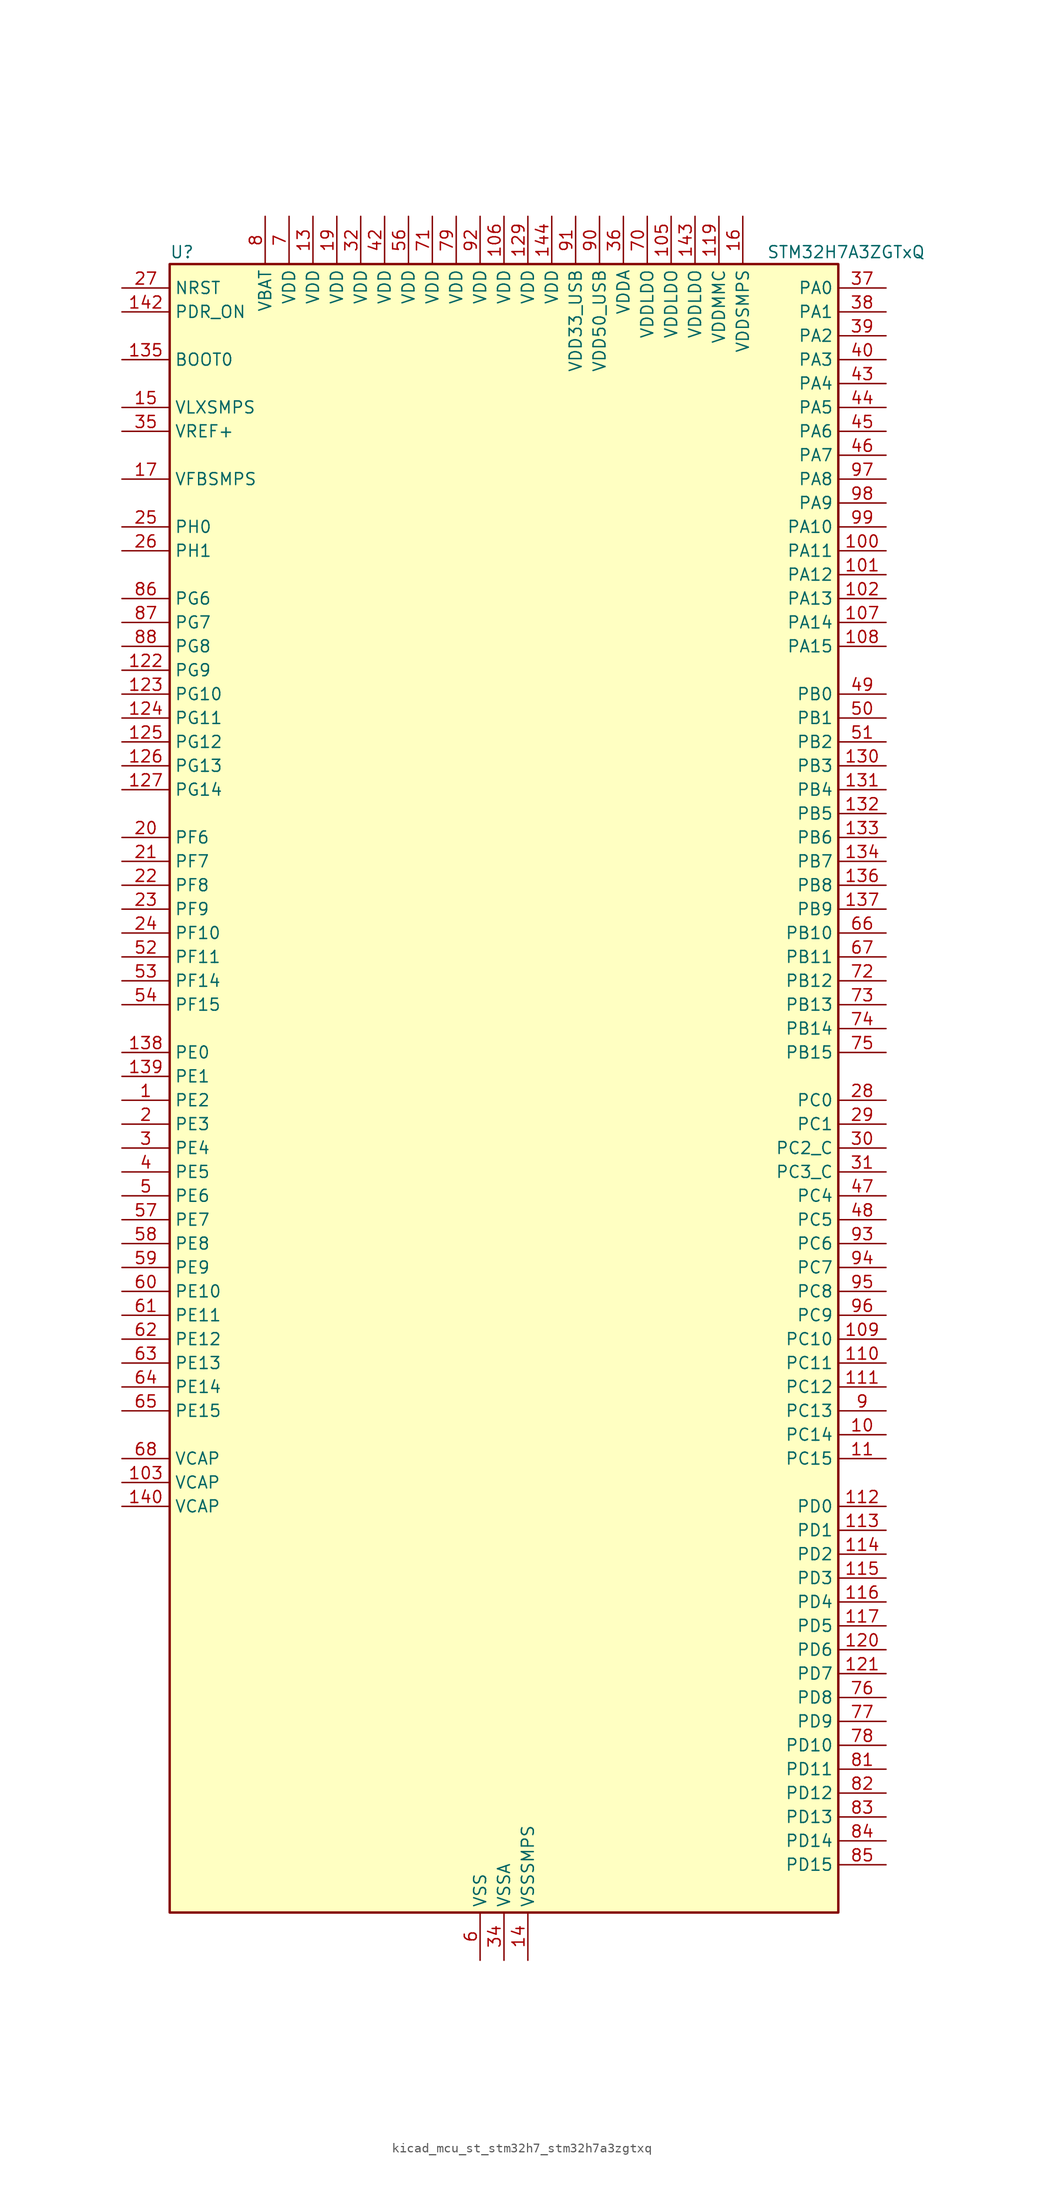
<source format=kicad_sym>
(kicad_symbol_lib
  (version 20220914)
  (generator kicad_symbol_editor)
  (symbol "kicad_mcu_st_stm32h7_stm32h7a3zgtxq"
    (property "Reference" "U"
      (at -35.56 90.17 0)
      (effects (font (size 1.27 1.27)) (justify left)))
    (property "Value" "STM32H7A3ZGTxQ"
      (at 27.94 90.17 0)
      (effects (font (size 1.27 1.27)) (justify left)))
    (property "ki_locked" ""
      (at 0 0 0)
      (effects (font (size 1.27 1.27))))
    (symbol "kicad_mcu_st_stm32h7_stm32h7a3zgtxq_0_1"
      (rectangle (start -35.56 -86.36) (end 35.56 88.9) (stroke (width 0.254) (type default)) (fill (type background))))
    (symbol "kicad_mcu_st_stm32h7_stm32h7a3zgtxq_1_1"
      (pin bidirectional line (at -40.64 0 0) (length 5.08) (name "PE2" (effects (font (size 1.27 1.27)))) (number "1" (effects (font (size 1.27 1.27)))) (alternate "DEBUG_TRACECLK" bidirectional line) (alternate "FMC_A23" bidirectional line) (alternate "OCTOSPIM_P1_IO2" bidirectional line) (alternate "SAI1_CK1" bidirectional line) (alternate "SAI1_MCLK_A" bidirectional line) (alternate "SPI4_SCK" bidirectional line) (alternate "USART10_RX" bidirectional line))
      (pin bidirectional line (at 40.64 -35.56 180) (length 5.08) (name "PC14" (effects (font (size 1.27 1.27)))) (number "10" (effects (font (size 1.27 1.27)))) (alternate "RCC_OSC32_IN" bidirectional line))
      (pin bidirectional line (at 40.64 58.42 180) (length 5.08) (name "PA11" (effects (font (size 1.27 1.27)))) (number "100" (effects (font (size 1.27 1.27)))) (alternate "ADC1_EXTI11" bidirectional line) (alternate "ADC2_EXTI11" bidirectional line) (alternate "FDCAN1_RX" bidirectional line) (alternate "I2S2_WS" bidirectional line) (alternate "LPUART1_CTS" bidirectional line) (alternate "LTDC_R4" bidirectional line) (alternate "SPI2_NSS" bidirectional line) (alternate "TIM1_CH4" bidirectional line) (alternate "UART4_RX" bidirectional line) (alternate "USART1_CTS" bidirectional line) (alternate "USART1_NSS" bidirectional line) (alternate "USB_OTG_HS_DM" bidirectional line))
      (pin bidirectional line (at 40.64 55.88 180) (length 5.08) (name "PA12" (effects (font (size 1.27 1.27)))) (number "101" (effects (font (size 1.27 1.27)))) (alternate "FDCAN1_TX" bidirectional line) (alternate "I2S2_CK" bidirectional line) (alternate "LPUART1_DE" bidirectional line) (alternate "LPUART1_RTS" bidirectional line) (alternate "LTDC_R5" bidirectional line) (alternate "SAI2_FS_B" bidirectional line) (alternate "SPI2_SCK" bidirectional line) (alternate "TIM1_ETR" bidirectional line) (alternate "UART4_TX" bidirectional line) (alternate "USART1_DE" bidirectional line) (alternate "USART1_RTS" bidirectional line) (alternate "USB_OTG_HS_DP" bidirectional line))
      (pin bidirectional line (at 40.64 53.34 180) (length 5.08) (name "PA13" (effects (font (size 1.27 1.27)))) (number "102" (effects (font (size 1.27 1.27)))) (alternate "DEBUG_JTMS-SWDIO" bidirectional line))
      (pin power_out line (at -40.64 -40.64 0) (length 5.08) (name "VCAP" (effects (font (size 1.27 1.27)))) (number "103" (effects (font (size 1.27 1.27)))))
      (pin passive line (at -2.54 -91.44 90) (length 5.08) hide (name "VSS" (effects (font (size 1.27 1.27)))) (number "104" (effects (font (size 1.27 1.27)))))
      (pin power_in line (at 17.78 93.98 270) (length 5.08) (name "VDDLDO" (effects (font (size 1.27 1.27)))) (number "105" (effects (font (size 1.27 1.27)))))
      (pin power_in line (at 0 93.98 270) (length 5.08) (name "VDD" (effects (font (size 1.27 1.27)))) (number "106" (effects (font (size 1.27 1.27)))))
      (pin bidirectional line (at 40.64 50.8 180) (length 5.08) (name "PA14" (effects (font (size 1.27 1.27)))) (number "107" (effects (font (size 1.27 1.27)))) (alternate "DEBUG_JTCK-SWCLK" bidirectional line))
      (pin bidirectional line (at 40.64 48.26 180) (length 5.08) (name "PA15" (effects (font (size 1.27 1.27)))) (number "108" (effects (font (size 1.27 1.27)))) (alternate "ADC1_EXTI15" bidirectional line) (alternate "ADC2_EXTI15" bidirectional line) (alternate "CEC" bidirectional line) (alternate "DEBUG_JTDI" bidirectional line) (alternate "I2S1_WS" bidirectional line) (alternate "I2S3_WS" bidirectional line) (alternate "I2S6_WS" bidirectional line) (alternate "LTDC_B6" bidirectional line) (alternate "LTDC_R3" bidirectional line) (alternate "SPI1_NSS" bidirectional line) (alternate "SPI3_NSS" bidirectional line) (alternate "SPI6_NSS" bidirectional line) (alternate "TIM2_CH1" bidirectional line) (alternate "TIM2_ETR" bidirectional line) (alternate "UART4_DE" bidirectional line) (alternate "UART4_RTS" bidirectional line) (alternate "UART7_TX" bidirectional line))
      (pin bidirectional line (at 40.64 -25.4 180) (length 5.08) (name "PC10" (effects (font (size 1.27 1.27)))) (number "109" (effects (font (size 1.27 1.27)))) (alternate "DCMI_D8" bidirectional line) (alternate "DFSDM1_CKIN5" bidirectional line) (alternate "DFSDM2_CKIN0" bidirectional line) (alternate "I2S3_CK" bidirectional line) (alternate "LTDC_B1" bidirectional line) (alternate "LTDC_R2" bidirectional line) (alternate "OCTOSPIM_P1_IO1" bidirectional line) (alternate "PSSI_D8" bidirectional line) (alternate "SDMMC1_D2" bidirectional line) (alternate "SPI3_SCK" bidirectional line) (alternate "SWPMI1_RX" bidirectional line) (alternate "UART4_TX" bidirectional line) (alternate "USART3_TX" bidirectional line))
      (pin bidirectional line (at 40.64 -38.1 180) (length 5.08) (name "PC15" (effects (font (size 1.27 1.27)))) (number "11" (effects (font (size 1.27 1.27)))) (alternate "ADC1_EXTI15" bidirectional line) (alternate "ADC2_EXTI15" bidirectional line) (alternate "RCC_OSC32_OUT" bidirectional line))
      (pin bidirectional line (at 40.64 -27.94 180) (length 5.08) (name "PC11" (effects (font (size 1.27 1.27)))) (number "110" (effects (font (size 1.27 1.27)))) (alternate "ADC1_EXTI11" bidirectional line) (alternate "ADC2_EXTI11" bidirectional line) (alternate "DCMI_D4" bidirectional line) (alternate "DFSDM1_DATIN5" bidirectional line) (alternate "DFSDM2_DATIN0" bidirectional line) (alternate "I2S3_SDI" bidirectional line) (alternate "LTDC_B4" bidirectional line) (alternate "OCTOSPIM_P1_NCS" bidirectional line) (alternate "PSSI_D4" bidirectional line) (alternate "SDMMC1_D3" bidirectional line) (alternate "SPI3_MISO" bidirectional line) (alternate "UART4_RX" bidirectional line) (alternate "USART3_RX" bidirectional line))
      (pin bidirectional line (at 40.64 -30.48 180) (length 5.08) (name "PC12" (effects (font (size 1.27 1.27)))) (number "111" (effects (font (size 1.27 1.27)))) (alternate "DCMI_D9" bidirectional line) (alternate "DEBUG_TRACED3" bidirectional line) (alternate "DFSDM2_CKOUT" bidirectional line) (alternate "I2S3_SDO" bidirectional line) (alternate "I2S6_CK" bidirectional line) (alternate "LTDC_R6" bidirectional line) (alternate "PSSI_D9" bidirectional line) (alternate "SDMMC1_CK" bidirectional line) (alternate "SPI3_MOSI" bidirectional line) (alternate "SPI6_SCK" bidirectional line) (alternate "TIM15_CH1" bidirectional line) (alternate "UART5_TX" bidirectional line) (alternate "USART3_CK" bidirectional line))
      (pin bidirectional line (at 40.64 -43.18 180) (length 5.08) (name "PD0" (effects (font (size 1.27 1.27)))) (number "112" (effects (font (size 1.27 1.27)))) (alternate "DFSDM1_CKIN6" bidirectional line) (alternate "FDCAN1_RX" bidirectional line) (alternate "FMC_D2" bidirectional line) (alternate "FMC_DA2" bidirectional line) (alternate "LTDC_B1" bidirectional line) (alternate "UART4_RX" bidirectional line) (alternate "UART9_CTS" bidirectional line))
      (pin bidirectional line (at 40.64 -45.72 180) (length 5.08) (name "PD1" (effects (font (size 1.27 1.27)))) (number "113" (effects (font (size 1.27 1.27)))) (alternate "DFSDM1_DATIN6" bidirectional line) (alternate "FDCAN1_TX" bidirectional line) (alternate "FMC_D3" bidirectional line) (alternate "FMC_DA3" bidirectional line) (alternate "UART4_TX" bidirectional line))
      (pin bidirectional line (at 40.64 -48.26 180) (length 5.08) (name "PD2" (effects (font (size 1.27 1.27)))) (number "114" (effects (font (size 1.27 1.27)))) (alternate "DCMI_D11" bidirectional line) (alternate "DEBUG_TRACED2" bidirectional line) (alternate "LTDC_B2" bidirectional line) (alternate "LTDC_B7" bidirectional line) (alternate "PSSI_D11" bidirectional line) (alternate "SDMMC1_CMD" bidirectional line) (alternate "TIM15_BKIN" bidirectional line) (alternate "TIM3_ETR" bidirectional line) (alternate "UART5_RX" bidirectional line))
      (pin bidirectional line (at 40.64 -50.8 180) (length 5.08) (name "PD3" (effects (font (size 1.27 1.27)))) (number "115" (effects (font (size 1.27 1.27)))) (alternate "DCMI_D5" bidirectional line) (alternate "DFSDM1_CKOUT" bidirectional line) (alternate "FMC_CLK" bidirectional line) (alternate "I2S2_CK" bidirectional line) (alternate "LTDC_G7" bidirectional line) (alternate "PSSI_D5" bidirectional line) (alternate "SPI2_SCK" bidirectional line) (alternate "USART2_CTS" bidirectional line) (alternate "USART2_NSS" bidirectional line))
      (pin bidirectional line (at 40.64 -53.34 180) (length 5.08) (name "PD4" (effects (font (size 1.27 1.27)))) (number "116" (effects (font (size 1.27 1.27)))) (alternate "FMC_NOE" bidirectional line) (alternate "OCTOSPIM_P1_IO4" bidirectional line) (alternate "USART2_DE" bidirectional line) (alternate "USART2_RTS" bidirectional line))
      (pin bidirectional line (at 40.64 -55.88 180) (length 5.08) (name "PD5" (effects (font (size 1.27 1.27)))) (number "117" (effects (font (size 1.27 1.27)))) (alternate "FMC_NWE" bidirectional line) (alternate "OCTOSPIM_P1_IO5" bidirectional line) (alternate "USART2_TX" bidirectional line))
      (pin passive line (at -2.54 -91.44 90) (length 5.08) hide (name "VSS" (effects (font (size 1.27 1.27)))) (number "118" (effects (font (size 1.27 1.27)))))
      (pin power_in line (at 22.86 93.98 270) (length 5.08) (name "VDDMMC" (effects (font (size 1.27 1.27)))) (number "119" (effects (font (size 1.27 1.27)))))
      (pin passive line (at -2.54 -91.44 90) (length 5.08) hide (name "VSS" (effects (font (size 1.27 1.27)))) (number "12" (effects (font (size 1.27 1.27)))))
      (pin bidirectional line (at 40.64 -58.42 180) (length 5.08) (name "PD6" (effects (font (size 1.27 1.27)))) (number "120" (effects (font (size 1.27 1.27)))) (alternate "DCMI_D10" bidirectional line) (alternate "DFSDM1_CKIN4" bidirectional line) (alternate "DFSDM1_DATIN1" bidirectional line) (alternate "FMC_NWAIT" bidirectional line) (alternate "I2S3_SDO" bidirectional line) (alternate "LTDC_B2" bidirectional line) (alternate "OCTOSPIM_P1_IO6" bidirectional line) (alternate "PSSI_D10" bidirectional line) (alternate "SAI1_D1" bidirectional line) (alternate "SAI1_SD_A" bidirectional line) (alternate "SDMMC2_CK" bidirectional line) (alternate "SPI3_MOSI" bidirectional line) (alternate "USART2_RX" bidirectional line))
      (pin bidirectional line (at 40.64 -60.96 180) (length 5.08) (name "PD7" (effects (font (size 1.27 1.27)))) (number "121" (effects (font (size 1.27 1.27)))) (alternate "DFSDM1_CKIN1" bidirectional line) (alternate "DFSDM1_DATIN4" bidirectional line) (alternate "FMC_NE1" bidirectional line) (alternate "I2S1_SDO" bidirectional line) (alternate "OCTOSPIM_P1_IO7" bidirectional line) (alternate "SDMMC2_CMD" bidirectional line) (alternate "SPDIFRX_IN0" bidirectional line) (alternate "SPI1_MOSI" bidirectional line) (alternate "USART2_CK" bidirectional line))
      (pin bidirectional line (at -40.64 45.72 0) (length 5.08) (name "PG9" (effects (font (size 1.27 1.27)))) (number "122" (effects (font (size 1.27 1.27)))) (alternate "DAC1_EXTI9" bidirectional line) (alternate "DCMI_VSYNC" bidirectional line) (alternate "FMC_NCE" bidirectional line) (alternate "FMC_NE2" bidirectional line) (alternate "I2S1_SDI" bidirectional line) (alternate "OCTOSPIM_P1_IO6" bidirectional line) (alternate "PSSI_RDY" bidirectional line) (alternate "SAI2_FS_B" bidirectional line) (alternate "SDMMC2_D0" bidirectional line) (alternate "SPDIFRX_IN3" bidirectional line) (alternate "SPI1_MISO" bidirectional line) (alternate "USART6_RX" bidirectional line))
      (pin bidirectional line (at -40.64 43.18 0) (length 5.08) (name "PG10" (effects (font (size 1.27 1.27)))) (number "123" (effects (font (size 1.27 1.27)))) (alternate "DCMI_D2" bidirectional line) (alternate "FMC_NE3" bidirectional line) (alternate "I2S1_WS" bidirectional line) (alternate "LTDC_B2" bidirectional line) (alternate "LTDC_G3" bidirectional line) (alternate "OCTOSPIM_P2_IO6" bidirectional line) (alternate "PSSI_D2" bidirectional line) (alternate "SAI2_SD_B" bidirectional line) (alternate "SDMMC2_D1" bidirectional line) (alternate "SPI1_NSS" bidirectional line))
      (pin bidirectional line (at -40.64 40.64 0) (length 5.08) (name "PG11" (effects (font (size 1.27 1.27)))) (number "124" (effects (font (size 1.27 1.27)))) (alternate "ADC1_EXTI11" bidirectional line) (alternate "ADC2_EXTI11" bidirectional line) (alternate "DCMI_D3" bidirectional line) (alternate "I2S1_CK" bidirectional line) (alternate "LPTIM1_IN2" bidirectional line) (alternate "LTDC_B3" bidirectional line) (alternate "OCTOSPIM_P2_IO7" bidirectional line) (alternate "PSSI_D3" bidirectional line) (alternate "SDMMC2_D2" bidirectional line) (alternate "SPDIFRX_IN0" bidirectional line) (alternate "SPI1_SCK" bidirectional line) (alternate "USART10_RX" bidirectional line))
      (pin bidirectional line (at -40.64 38.1 0) (length 5.08) (name "PG12" (effects (font (size 1.27 1.27)))) (number "125" (effects (font (size 1.27 1.27)))) (alternate "FMC_NE4" bidirectional line) (alternate "I2S6_SDI" bidirectional line) (alternate "LPTIM1_IN1" bidirectional line) (alternate "LTDC_B1" bidirectional line) (alternate "LTDC_B4" bidirectional line) (alternate "OCTOSPIM_P2_NCS" bidirectional line) (alternate "SDMMC2_D3" bidirectional line) (alternate "SPDIFRX_IN1" bidirectional line) (alternate "SPI6_MISO" bidirectional line) (alternate "USART10_TX" bidirectional line) (alternate "USART6_DE" bidirectional line) (alternate "USART6_RTS" bidirectional line))
      (pin bidirectional line (at -40.64 35.56 0) (length 5.08) (name "PG13" (effects (font (size 1.27 1.27)))) (number "126" (effects (font (size 1.27 1.27)))) (alternate "DEBUG_TRACED0" bidirectional line) (alternate "FMC_A24" bidirectional line) (alternate "I2S6_CK" bidirectional line) (alternate "LPTIM1_OUT" bidirectional line) (alternate "LTDC_R0" bidirectional line) (alternate "SDMMC2_D6" bidirectional line) (alternate "SPI6_SCK" bidirectional line) (alternate "USART10_CTS" bidirectional line) (alternate "USART10_NSS" bidirectional line) (alternate "USART6_CTS" bidirectional line) (alternate "USART6_NSS" bidirectional line))
      (pin bidirectional line (at -40.64 33.02 0) (length 5.08) (name "PG14" (effects (font (size 1.27 1.27)))) (number "127" (effects (font (size 1.27 1.27)))) (alternate "DEBUG_TRACED1" bidirectional line) (alternate "FMC_A25" bidirectional line) (alternate "I2S6_SDO" bidirectional line) (alternate "LPTIM1_ETR" bidirectional line) (alternate "LTDC_B0" bidirectional line) (alternate "OCTOSPIM_P1_IO7" bidirectional line) (alternate "SDMMC2_D7" bidirectional line) (alternate "SPI6_MOSI" bidirectional line) (alternate "USART10_DE" bidirectional line) (alternate "USART10_RTS" bidirectional line) (alternate "USART6_TX" bidirectional line))
      (pin passive line (at -2.54 -91.44 90) (length 5.08) hide (name "VSS" (effects (font (size 1.27 1.27)))) (number "128" (effects (font (size 1.27 1.27)))))
      (pin power_in line (at 2.54 93.98 270) (length 5.08) (name "VDD" (effects (font (size 1.27 1.27)))) (number "129" (effects (font (size 1.27 1.27)))))
      (pin power_in line (at -20.32 93.98 270) (length 5.08) (name "VDD" (effects (font (size 1.27 1.27)))) (number "13" (effects (font (size 1.27 1.27)))))
      (pin bidirectional line (at 40.64 35.56 180) (length 5.08) (name "PB3" (effects (font (size 1.27 1.27)))) (number "130" (effects (font (size 1.27 1.27)))) (alternate "CRS_SYNC" bidirectional line) (alternate "DEBUG_JTDO-SWO" bidirectional line) (alternate "I2S1_CK" bidirectional line) (alternate "I2S3_CK" bidirectional line) (alternate "I2S6_CK" bidirectional line) (alternate "SDMMC2_D2" bidirectional line) (alternate "SPI1_SCK" bidirectional line) (alternate "SPI3_SCK" bidirectional line) (alternate "SPI6_SCK" bidirectional line) (alternate "TIM2_CH2" bidirectional line) (alternate "UART7_RX" bidirectional line))
      (pin bidirectional line (at 40.64 33.02 180) (length 5.08) (name "PB4" (effects (font (size 1.27 1.27)))) (number "131" (effects (font (size 1.27 1.27)))) (alternate "DEBUG_JTRST" bidirectional line) (alternate "I2S1_SDI" bidirectional line) (alternate "I2S2_WS" bidirectional line) (alternate "I2S3_SDI" bidirectional line) (alternate "I2S6_SDI" bidirectional line) (alternate "SDMMC2_D3" bidirectional line) (alternate "SPI1_MISO" bidirectional line) (alternate "SPI2_NSS" bidirectional line) (alternate "SPI3_MISO" bidirectional line) (alternate "SPI6_MISO" bidirectional line) (alternate "TIM16_BKIN" bidirectional line) (alternate "TIM3_CH1" bidirectional line) (alternate "UART7_TX" bidirectional line))
      (pin bidirectional line (at 40.64 30.48 180) (length 5.08) (name "PB5" (effects (font (size 1.27 1.27)))) (number "132" (effects (font (size 1.27 1.27)))) (alternate "DCMI_D10" bidirectional line) (alternate "FDCAN2_RX" bidirectional line) (alternate "FMC_SDCKE1" bidirectional line) (alternate "I2C1_SMBA" bidirectional line) (alternate "I2C4_SMBA" bidirectional line) (alternate "I2S1_SDO" bidirectional line) (alternate "I2S3_SDO" bidirectional line) (alternate "I2S6_SDO" bidirectional line) (alternate "LTDC_B5" bidirectional line) (alternate "PSSI_D10" bidirectional line) (alternate "SPI1_MOSI" bidirectional line) (alternate "SPI3_MOSI" bidirectional line) (alternate "SPI6_MOSI" bidirectional line) (alternate "TIM17_BKIN" bidirectional line) (alternate "TIM3_CH2" bidirectional line) (alternate "UART5_RX" bidirectional line) (alternate "USB_OTG_HS_ULPI_D7" bidirectional line))
      (pin bidirectional line (at 40.64 27.94 180) (length 5.08) (name "PB6" (effects (font (size 1.27 1.27)))) (number "133" (effects (font (size 1.27 1.27)))) (alternate "CEC" bidirectional line) (alternate "DCMI_D5" bidirectional line) (alternate "DFSDM1_DATIN5" bidirectional line) (alternate "FDCAN2_TX" bidirectional line) (alternate "FMC_SDNE1" bidirectional line) (alternate "I2C1_SCL" bidirectional line) (alternate "I2C4_SCL" bidirectional line) (alternate "LPUART1_TX" bidirectional line) (alternate "OCTOSPIM_P1_NCS" bidirectional line) (alternate "PSSI_D5" bidirectional line) (alternate "TIM16_CH1N" bidirectional line) (alternate "TIM4_CH1" bidirectional line) (alternate "UART5_TX" bidirectional line) (alternate "USART1_TX" bidirectional line))
      (pin bidirectional line (at 40.64 25.4 180) (length 5.08) (name "PB7" (effects (font (size 1.27 1.27)))) (number "134" (effects (font (size 1.27 1.27)))) (alternate "DCMI_VSYNC" bidirectional line) (alternate "DFSDM1_CKIN5" bidirectional line) (alternate "FMC_NL" bidirectional line) (alternate "I2C1_SDA" bidirectional line) (alternate "I2C4_SDA" bidirectional line) (alternate "LPUART1_RX" bidirectional line) (alternate "PSSI_RDY" bidirectional line) (alternate "PWR_PVD_IN" bidirectional line) (alternate "TIM17_CH1N" bidirectional line) (alternate "TIM4_CH2" bidirectional line) (alternate "USART1_RX" bidirectional line))
      (pin input line (at -40.64 78.74 0) (length 5.08) (name "BOOT0" (effects (font (size 1.27 1.27)))) (number "135" (effects (font (size 1.27 1.27)))))
      (pin bidirectional line (at 40.64 22.86 180) (length 5.08) (name "PB8" (effects (font (size 1.27 1.27)))) (number "136" (effects (font (size 1.27 1.27)))) (alternate "DCMI_D6" bidirectional line) (alternate "DFSDM1_CKIN7" bidirectional line) (alternate "FDCAN1_RX" bidirectional line) (alternate "I2C1_SCL" bidirectional line) (alternate "I2C4_SCL" bidirectional line) (alternate "LTDC_B6" bidirectional line) (alternate "PSSI_D6" bidirectional line) (alternate "SDMMC1_CKIN" bidirectional line) (alternate "SDMMC1_D4" bidirectional line) (alternate "SDMMC2_D4" bidirectional line) (alternate "TIM16_CH1" bidirectional line) (alternate "TIM4_CH3" bidirectional line) (alternate "UART4_RX" bidirectional line))
      (pin bidirectional line (at 40.64 20.32 180) (length 5.08) (name "PB9" (effects (font (size 1.27 1.27)))) (number "137" (effects (font (size 1.27 1.27)))) (alternate "DAC1_EXTI9" bidirectional line) (alternate "DCMI_D7" bidirectional line) (alternate "DFSDM1_DATIN7" bidirectional line) (alternate "FDCAN1_TX" bidirectional line) (alternate "I2C1_SDA" bidirectional line) (alternate "I2C4_SDA" bidirectional line) (alternate "I2C4_SMBA" bidirectional line) (alternate "I2S2_WS" bidirectional line) (alternate "LTDC_B7" bidirectional line) (alternate "PSSI_D7" bidirectional line) (alternate "SDMMC1_CDIR" bidirectional line) (alternate "SDMMC1_D5" bidirectional line) (alternate "SDMMC2_D5" bidirectional line) (alternate "SPI2_NSS" bidirectional line) (alternate "TIM17_CH1" bidirectional line) (alternate "TIM4_CH4" bidirectional line) (alternate "UART4_TX" bidirectional line))
      (pin bidirectional line (at -40.64 5.08 0) (length 5.08) (name "PE0" (effects (font (size 1.27 1.27)))) (number "138" (effects (font (size 1.27 1.27)))) (alternate "DCMI_D2" bidirectional line) (alternate "FMC_NBL0" bidirectional line) (alternate "LPTIM1_ETR" bidirectional line) (alternate "LPTIM2_ETR" bidirectional line) (alternate "LTDC_R0" bidirectional line) (alternate "PSSI_D2" bidirectional line) (alternate "SAI2_MCLK_A" bidirectional line) (alternate "TIM4_ETR" bidirectional line) (alternate "UART8_RX" bidirectional line))
      (pin bidirectional line (at -40.64 2.54 0) (length 5.08) (name "PE1" (effects (font (size 1.27 1.27)))) (number "139" (effects (font (size 1.27 1.27)))) (alternate "DCMI_D3" bidirectional line) (alternate "FMC_NBL1" bidirectional line) (alternate "LPTIM1_IN2" bidirectional line) (alternate "LTDC_R6" bidirectional line) (alternate "PSSI_D3" bidirectional line) (alternate "UART8_TX" bidirectional line))
      (pin power_in line (at 2.54 -91.44 90) (length 5.08) (name "VSSSMPS" (effects (font (size 1.27 1.27)))) (number "14" (effects (font (size 1.27 1.27)))))
      (pin power_out line (at -40.64 -43.18 0) (length 5.08) (name "VCAP" (effects (font (size 1.27 1.27)))) (number "140" (effects (font (size 1.27 1.27)))))
      (pin passive line (at -2.54 -91.44 90) (length 5.08) hide (name "VSS" (effects (font (size 1.27 1.27)))) (number "141" (effects (font (size 1.27 1.27)))))
      (pin input line (at -40.64 83.82 0) (length 5.08) (name "PDR_ON" (effects (font (size 1.27 1.27)))) (number "142" (effects (font (size 1.27 1.27)))))
      (pin power_in line (at 20.32 93.98 270) (length 5.08) (name "VDDLDO" (effects (font (size 1.27 1.27)))) (number "143" (effects (font (size 1.27 1.27)))))
      (pin power_in line (at 5.08 93.98 270) (length 5.08) (name "VDD" (effects (font (size 1.27 1.27)))) (number "144" (effects (font (size 1.27 1.27)))))
      (pin power_in line (at -40.64 73.66 0) (length 5.08) (name "VLXSMPS" (effects (font (size 1.27 1.27)))) (number "15" (effects (font (size 1.27 1.27)))))
      (pin power_in line (at 25.4 93.98 270) (length 5.08) (name "VDDSMPS" (effects (font (size 1.27 1.27)))) (number "16" (effects (font (size 1.27 1.27)))))
      (pin input line (at -40.64 66.04 0) (length 5.08) (name "VFBSMPS" (effects (font (size 1.27 1.27)))) (number "17" (effects (font (size 1.27 1.27)))))
      (pin passive line (at -2.54 -91.44 90) (length 5.08) hide (name "VSS" (effects (font (size 1.27 1.27)))) (number "18" (effects (font (size 1.27 1.27)))))
      (pin power_in line (at -17.78 93.98 270) (length 5.08) (name "VDD" (effects (font (size 1.27 1.27)))) (number "19" (effects (font (size 1.27 1.27)))))
      (pin bidirectional line (at -40.64 -2.54 0) (length 5.08) (name "PE3" (effects (font (size 1.27 1.27)))) (number "2" (effects (font (size 1.27 1.27)))) (alternate "DEBUG_TRACED0" bidirectional line) (alternate "FMC_A19" bidirectional line) (alternate "SAI1_SD_B" bidirectional line) (alternate "TIM15_BKIN" bidirectional line) (alternate "USART10_TX" bidirectional line))
      (pin bidirectional line (at -40.64 27.94 0) (length 5.08) (name "PF6" (effects (font (size 1.27 1.27)))) (number "20" (effects (font (size 1.27 1.27)))) (alternate "OCTOSPIM_P1_IO3" bidirectional line) (alternate "SAI1_SD_B" bidirectional line) (alternate "SPI5_NSS" bidirectional line) (alternate "TIM16_CH1" bidirectional line) (alternate "UART7_RX" bidirectional line))
      (pin bidirectional line (at -40.64 25.4 0) (length 5.08) (name "PF7" (effects (font (size 1.27 1.27)))) (number "21" (effects (font (size 1.27 1.27)))) (alternate "OCTOSPIM_P1_IO2" bidirectional line) (alternate "SAI1_MCLK_B" bidirectional line) (alternate "SPI5_SCK" bidirectional line) (alternate "TIM17_CH1" bidirectional line) (alternate "UART7_TX" bidirectional line))
      (pin bidirectional line (at -40.64 22.86 0) (length 5.08) (name "PF8" (effects (font (size 1.27 1.27)))) (number "22" (effects (font (size 1.27 1.27)))) (alternate "OCTOSPIM_P1_IO0" bidirectional line) (alternate "SAI1_SCK_B" bidirectional line) (alternate "SPI5_MISO" bidirectional line) (alternate "TIM13_CH1" bidirectional line) (alternate "TIM16_CH1N" bidirectional line) (alternate "UART7_DE" bidirectional line) (alternate "UART7_RTS" bidirectional line))
      (pin bidirectional line (at -40.64 20.32 0) (length 5.08) (name "PF9" (effects (font (size 1.27 1.27)))) (number "23" (effects (font (size 1.27 1.27)))) (alternate "DAC1_EXTI9" bidirectional line) (alternate "OCTOSPIM_P1_IO1" bidirectional line) (alternate "SAI1_FS_B" bidirectional line) (alternate "SPI5_MOSI" bidirectional line) (alternate "TIM14_CH1" bidirectional line) (alternate "TIM17_CH1N" bidirectional line) (alternate "UART7_CTS" bidirectional line))
      (pin bidirectional line (at -40.64 17.78 0) (length 5.08) (name "PF10" (effects (font (size 1.27 1.27)))) (number "24" (effects (font (size 1.27 1.27)))) (alternate "DCMI_D11" bidirectional line) (alternate "LTDC_DE" bidirectional line) (alternate "OCTOSPIM_P1_CLK" bidirectional line) (alternate "PSSI_D11" bidirectional line) (alternate "PSSI_D15" bidirectional line) (alternate "SAI1_D3" bidirectional line) (alternate "TIM16_BKIN" bidirectional line))
      (pin bidirectional line (at -40.64 60.96 0) (length 5.08) (name "PH0" (effects (font (size 1.27 1.27)))) (number "25" (effects (font (size 1.27 1.27)))) (alternate "RCC_OSC_IN" bidirectional line))
      (pin bidirectional line (at -40.64 58.42 0) (length 5.08) (name "PH1" (effects (font (size 1.27 1.27)))) (number "26" (effects (font (size 1.27 1.27)))) (alternate "RCC_OSC_OUT" bidirectional line))
      (pin input line (at -40.64 86.36 0) (length 5.08) (name "NRST" (effects (font (size 1.27 1.27)))) (number "27" (effects (font (size 1.27 1.27)))))
      (pin bidirectional line (at 40.64 0 180) (length 5.08) (name "PC0" (effects (font (size 1.27 1.27)))) (number "28" (effects (font (size 1.27 1.27)))) (alternate "ADC1_INP10" bidirectional line) (alternate "ADC2_INP10" bidirectional line) (alternate "DFSDM1_CKIN0" bidirectional line) (alternate "DFSDM1_DATIN4" bidirectional line) (alternate "FMC_A25" bidirectional line) (alternate "FMC_SDNWE" bidirectional line) (alternate "LTDC_G2" bidirectional line) (alternate "LTDC_R5" bidirectional line) (alternate "SAI2_FS_B" bidirectional line) (alternate "USB_OTG_HS_ULPI_STP" bidirectional line))
      (pin bidirectional line (at 40.64 -2.54 180) (length 5.08) (name "PC1" (effects (font (size 1.27 1.27)))) (number "29" (effects (font (size 1.27 1.27)))) (alternate "ADC1_INN10" bidirectional line) (alternate "ADC1_INP11" bidirectional line) (alternate "ADC2_INN10" bidirectional line) (alternate "ADC2_INP11" bidirectional line) (alternate "DEBUG_TRACED0" bidirectional line) (alternate "DFSDM1_CKIN4" bidirectional line) (alternate "DFSDM1_DATIN0" bidirectional line) (alternate "I2S2_SDO" bidirectional line) (alternate "LTDC_G5" bidirectional line) (alternate "MDIOS_MDC" bidirectional line) (alternate "OCTOSPIM_P1_IO4" bidirectional line) (alternate "PWR_WKUP6" bidirectional line) (alternate "RTC_TAMP3" bidirectional line) (alternate "SAI1_D1" bidirectional line) (alternate "SAI1_SD_A" bidirectional line) (alternate "SDMMC2_CK" bidirectional line) (alternate "SPI2_MOSI" bidirectional line))
      (pin bidirectional line (at -40.64 -5.08 0) (length 5.08) (name "PE4" (effects (font (size 1.27 1.27)))) (number "3" (effects (font (size 1.27 1.27)))) (alternate "DCMI_D4" bidirectional line) (alternate "DEBUG_TRACED1" bidirectional line) (alternate "DFSDM1_DATIN3" bidirectional line) (alternate "FMC_A20" bidirectional line) (alternate "LTDC_B0" bidirectional line) (alternate "PSSI_D4" bidirectional line) (alternate "SAI1_D2" bidirectional line) (alternate "SAI1_FS_A" bidirectional line) (alternate "SPI4_NSS" bidirectional line) (alternate "TIM15_CH1N" bidirectional line))
      (pin bidirectional line (at 40.64 -5.08 180) (length 5.08) (name "PC2_C" (effects (font (size 1.27 1.27)))) (number "30" (effects (font (size 1.27 1.27)))) (alternate "ADC2_INN1" bidirectional line) (alternate "ADC2_INP0" bidirectional line) (alternate "DFSDM1_CKIN1" bidirectional line) (alternate "DFSDM1_CKOUT" bidirectional line) (alternate "FMC_SDNE0" bidirectional line) (alternate "I2S2_SDI" bidirectional line) (alternate "OCTOSPIM_P1_IO2" bidirectional line) (alternate "OCTOSPIM_P1_IO5" bidirectional line) (alternate "PWR_CSTOP" bidirectional line) (alternate "SPI2_MISO" bidirectional line) (alternate "USB_OTG_HS_ULPI_DIR" bidirectional line))
      (pin bidirectional line (at 40.64 -7.62 180) (length 5.08) (name "PC3_C" (effects (font (size 1.27 1.27)))) (number "31" (effects (font (size 1.27 1.27)))) (alternate "ADC2_INP1" bidirectional line) (alternate "DFSDM1_DATIN1" bidirectional line) (alternate "FMC_SDCKE0" bidirectional line) (alternate "I2S2_SDO" bidirectional line) (alternate "OCTOSPIM_P1_IO0" bidirectional line) (alternate "OCTOSPIM_P1_IO6" bidirectional line) (alternate "PWR_CSLEEP" bidirectional line) (alternate "SPI2_MOSI" bidirectional line) (alternate "USB_OTG_HS_ULPI_NXT" bidirectional line))
      (pin power_in line (at -15.24 93.98 270) (length 5.08) (name "VDD" (effects (font (size 1.27 1.27)))) (number "32" (effects (font (size 1.27 1.27)))))
      (pin passive line (at -2.54 -91.44 90) (length 5.08) hide (name "VSS" (effects (font (size 1.27 1.27)))) (number "33" (effects (font (size 1.27 1.27)))))
      (pin power_in line (at 0 -91.44 90) (length 5.08) (name "VSSA" (effects (font (size 1.27 1.27)))) (number "34" (effects (font (size 1.27 1.27)))))
      (pin input line (at -40.64 71.12 0) (length 5.08) (name "VREF+" (effects (font (size 1.27 1.27)))) (number "35" (effects (font (size 1.27 1.27)))) (alternate "VREFBUF_OUT" bidirectional line))
      (pin power_in line (at 12.7 93.98 270) (length 5.08) (name "VDDA" (effects (font (size 1.27 1.27)))) (number "36" (effects (font (size 1.27 1.27)))))
      (pin bidirectional line (at 40.64 86.36 180) (length 5.08) (name "PA0" (effects (font (size 1.27 1.27)))) (number "37" (effects (font (size 1.27 1.27)))) (alternate "ADC1_INP16" bidirectional line) (alternate "I2S6_WS" bidirectional line) (alternate "PWR_WKUP1" bidirectional line) (alternate "SAI2_SD_B" bidirectional line) (alternate "SDMMC2_CMD" bidirectional line) (alternate "SPI6_NSS" bidirectional line) (alternate "TIM15_BKIN" bidirectional line) (alternate "TIM2_CH1" bidirectional line) (alternate "TIM2_ETR" bidirectional line) (alternate "TIM5_CH1" bidirectional line) (alternate "TIM8_ETR" bidirectional line) (alternate "UART4_TX" bidirectional line) (alternate "USART2_CTS" bidirectional line) (alternate "USART2_NSS" bidirectional line))
      (pin bidirectional line (at 40.64 83.82 180) (length 5.08) (name "PA1" (effects (font (size 1.27 1.27)))) (number "38" (effects (font (size 1.27 1.27)))) (alternate "ADC1_INN16" bidirectional line) (alternate "ADC1_INP17" bidirectional line) (alternate "LPTIM3_OUT" bidirectional line) (alternate "LTDC_R2" bidirectional line) (alternate "OCTOSPIM_P1_DQS" bidirectional line) (alternate "OCTOSPIM_P1_IO3" bidirectional line) (alternate "SAI2_MCLK_B" bidirectional line) (alternate "TIM15_CH1N" bidirectional line) (alternate "TIM2_CH2" bidirectional line) (alternate "TIM5_CH2" bidirectional line) (alternate "UART4_RX" bidirectional line) (alternate "USART2_DE" bidirectional line) (alternate "USART2_RTS" bidirectional line))
      (pin bidirectional line (at 40.64 81.28 180) (length 5.08) (name "PA2" (effects (font (size 1.27 1.27)))) (number "39" (effects (font (size 1.27 1.27)))) (alternate "ADC1_INP14" bidirectional line) (alternate "DFSDM2_CKIN1" bidirectional line) (alternate "LTDC_R1" bidirectional line) (alternate "MDIOS_MDIO" bidirectional line) (alternate "PWR_WKUP2" bidirectional line) (alternate "SAI2_SCK_B" bidirectional line) (alternate "TIM15_CH1" bidirectional line) (alternate "TIM2_CH3" bidirectional line) (alternate "TIM5_CH3" bidirectional line) (alternate "USART2_TX" bidirectional line))
      (pin bidirectional line (at -40.64 -7.62 0) (length 5.08) (name "PE5" (effects (font (size 1.27 1.27)))) (number "4" (effects (font (size 1.27 1.27)))) (alternate "DCMI_D6" bidirectional line) (alternate "DEBUG_TRACED2" bidirectional line) (alternate "DFSDM1_CKIN3" bidirectional line) (alternate "FMC_A21" bidirectional line) (alternate "LTDC_G0" bidirectional line) (alternate "PSSI_D6" bidirectional line) (alternate "SAI1_CK2" bidirectional line) (alternate "SAI1_SCK_A" bidirectional line) (alternate "SPI4_MISO" bidirectional line) (alternate "TIM15_CH1" bidirectional line))
      (pin bidirectional line (at 40.64 78.74 180) (length 5.08) (name "PA3" (effects (font (size 1.27 1.27)))) (number "40" (effects (font (size 1.27 1.27)))) (alternate "ADC1_INP15" bidirectional line) (alternate "I2S6_MCK" bidirectional line) (alternate "LTDC_B2" bidirectional line) (alternate "LTDC_B5" bidirectional line) (alternate "OCTOSPIM_P1_CLK" bidirectional line) (alternate "TIM15_CH2" bidirectional line) (alternate "TIM2_CH4" bidirectional line) (alternate "TIM5_CH4" bidirectional line) (alternate "USART2_RX" bidirectional line) (alternate "USB_OTG_HS_ULPI_D0" bidirectional line))
      (pin passive line (at -2.54 -91.44 90) (length 5.08) hide (name "VSS" (effects (font (size 1.27 1.27)))) (number "41" (effects (font (size 1.27 1.27)))))
      (pin power_in line (at -12.7 93.98 270) (length 5.08) (name "VDD" (effects (font (size 1.27 1.27)))) (number "42" (effects (font (size 1.27 1.27)))))
      (pin bidirectional line (at 40.64 76.2 180) (length 5.08) (name "PA4" (effects (font (size 1.27 1.27)))) (number "43" (effects (font (size 1.27 1.27)))) (alternate "ADC1_INP18" bidirectional line) (alternate "DAC1_OUT1" bidirectional line) (alternate "DCMI_HSYNC" bidirectional line) (alternate "I2S1_WS" bidirectional line) (alternate "I2S3_WS" bidirectional line) (alternate "I2S6_WS" bidirectional line) (alternate "LTDC_VSYNC" bidirectional line) (alternate "PSSI_DE" bidirectional line) (alternate "SPI1_NSS" bidirectional line) (alternate "SPI3_NSS" bidirectional line) (alternate "SPI6_NSS" bidirectional line) (alternate "TIM5_ETR" bidirectional line) (alternate "USART2_CK" bidirectional line))
      (pin bidirectional line (at 40.64 73.66 180) (length 5.08) (name "PA5" (effects (font (size 1.27 1.27)))) (number "44" (effects (font (size 1.27 1.27)))) (alternate "ADC1_INN18" bidirectional line) (alternate "ADC1_INP19" bidirectional line) (alternate "DAC1_OUT2" bidirectional line) (alternate "I2S1_CK" bidirectional line) (alternate "I2S6_CK" bidirectional line) (alternate "LTDC_R4" bidirectional line) (alternate "PSSI_D14" bidirectional line) (alternate "PWR_NDSTOP2" bidirectional line) (alternate "SPI1_SCK" bidirectional line) (alternate "SPI6_SCK" bidirectional line) (alternate "TIM2_CH1" bidirectional line) (alternate "TIM2_ETR" bidirectional line) (alternate "TIM8_CH1N" bidirectional line) (alternate "USB_OTG_HS_ULPI_CK" bidirectional line))
      (pin bidirectional line (at 40.64 71.12 180) (length 5.08) (name "PA6" (effects (font (size 1.27 1.27)))) (number "45" (effects (font (size 1.27 1.27)))) (alternate "ADC1_INP3" bidirectional line) (alternate "ADC2_INP3" bidirectional line) (alternate "DAC2_OUT1" bidirectional line) (alternate "DCMI_PIXCLK" bidirectional line) (alternate "I2S1_SDI" bidirectional line) (alternate "I2S6_SDI" bidirectional line) (alternate "LTDC_G2" bidirectional line) (alternate "MDIOS_MDC" bidirectional line) (alternate "OCTOSPIM_P1_IO3" bidirectional line) (alternate "PSSI_PDCK" bidirectional line) (alternate "SPI1_MISO" bidirectional line) (alternate "SPI6_MISO" bidirectional line) (alternate "TIM13_CH1" bidirectional line) (alternate "TIM1_BKIN" bidirectional line) (alternate "TIM1_BKIN_COMP1" bidirectional line) (alternate "TIM1_BKIN_COMP2" bidirectional line) (alternate "TIM3_CH1" bidirectional line) (alternate "TIM8_BKIN" bidirectional line) (alternate "TIM8_BKIN_COMP1" bidirectional line) (alternate "TIM8_BKIN_COMP2" bidirectional line))
      (pin bidirectional line (at 40.64 68.58 180) (length 5.08) (name "PA7" (effects (font (size 1.27 1.27)))) (number "46" (effects (font (size 1.27 1.27)))) (alternate "ADC1_INN3" bidirectional line) (alternate "ADC1_INP7" bidirectional line) (alternate "ADC2_INN3" bidirectional line) (alternate "ADC2_INP7" bidirectional line) (alternate "DFSDM2_DATIN1" bidirectional line) (alternate "FMC_SDNWE" bidirectional line) (alternate "I2S1_SDO" bidirectional line) (alternate "I2S6_SDO" bidirectional line) (alternate "LTDC_VSYNC" bidirectional line) (alternate "OCTOSPIM_P1_IO2" bidirectional line) (alternate "OPAMP1_VINM" bidirectional line) (alternate "SPI1_MOSI" bidirectional line) (alternate "SPI6_MOSI" bidirectional line) (alternate "TIM14_CH1" bidirectional line) (alternate "TIM1_CH1N" bidirectional line) (alternate "TIM3_CH2" bidirectional line) (alternate "TIM8_CH1N" bidirectional line))
      (pin bidirectional line (at 40.64 -10.16 180) (length 5.08) (name "PC4" (effects (font (size 1.27 1.27)))) (number "47" (effects (font (size 1.27 1.27)))) (alternate "ADC1_INP4" bidirectional line) (alternate "ADC2_INP4" bidirectional line) (alternate "COMP1_INM" bidirectional line) (alternate "DFSDM1_CKIN2" bidirectional line) (alternate "FMC_SDNE0" bidirectional line) (alternate "I2S1_MCK" bidirectional line) (alternate "LTDC_R7" bidirectional line) (alternate "OPAMP1_VOUT" bidirectional line) (alternate "SPDIFRX_IN2" bidirectional line))
      (pin bidirectional line (at 40.64 -12.7 180) (length 5.08) (name "PC5" (effects (font (size 1.27 1.27)))) (number "48" (effects (font (size 1.27 1.27)))) (alternate "ADC1_INN4" bidirectional line) (alternate "ADC1_INP8" bidirectional line) (alternate "ADC2_INN4" bidirectional line) (alternate "ADC2_INP8" bidirectional line) (alternate "COMP1_OUT" bidirectional line) (alternate "DFSDM1_DATIN2" bidirectional line) (alternate "FMC_SDCKE0" bidirectional line) (alternate "LTDC_DE" bidirectional line) (alternate "OCTOSPIM_P1_DQS" bidirectional line) (alternate "OPAMP1_VINM" bidirectional line) (alternate "PSSI_D15" bidirectional line) (alternate "SAI1_D3" bidirectional line) (alternate "SPDIFRX_IN3" bidirectional line))
      (pin bidirectional line (at 40.64 43.18 180) (length 5.08) (name "PB0" (effects (font (size 1.27 1.27)))) (number "49" (effects (font (size 1.27 1.27)))) (alternate "ADC1_INN5" bidirectional line) (alternate "ADC1_INP9" bidirectional line) (alternate "ADC2_INN5" bidirectional line) (alternate "ADC2_INP9" bidirectional line) (alternate "COMP1_INP" bidirectional line) (alternate "DFSDM1_CKOUT" bidirectional line) (alternate "DFSDM2_CKOUT" bidirectional line) (alternate "LTDC_G1" bidirectional line) (alternate "LTDC_R3" bidirectional line) (alternate "OCTOSPIM_P1_IO1" bidirectional line) (alternate "OPAMP1_VINP" bidirectional line) (alternate "TIM1_CH2N" bidirectional line) (alternate "TIM3_CH3" bidirectional line) (alternate "TIM8_CH2N" bidirectional line) (alternate "UART4_CTS" bidirectional line) (alternate "USB_OTG_HS_ULPI_D1" bidirectional line))
      (pin bidirectional line (at -40.64 -10.16 0) (length 5.08) (name "PE6" (effects (font (size 1.27 1.27)))) (number "5" (effects (font (size 1.27 1.27)))) (alternate "DCMI_D7" bidirectional line) (alternate "DEBUG_TRACED3" bidirectional line) (alternate "FMC_A22" bidirectional line) (alternate "LTDC_G1" bidirectional line) (alternate "PSSI_D7" bidirectional line) (alternate "SAI1_D1" bidirectional line) (alternate "SAI1_SD_A" bidirectional line) (alternate "SAI2_MCLK_B" bidirectional line) (alternate "SPI4_MOSI" bidirectional line) (alternate "TIM15_CH2" bidirectional line) (alternate "TIM1_BKIN2" bidirectional line) (alternate "TIM1_BKIN2_COMP1" bidirectional line) (alternate "TIM1_BKIN2_COMP2" bidirectional line))
      (pin bidirectional line (at 40.64 40.64 180) (length 5.08) (name "PB1" (effects (font (size 1.27 1.27)))) (number "50" (effects (font (size 1.27 1.27)))) (alternate "ADC1_INP5" bidirectional line) (alternate "ADC2_INP5" bidirectional line) (alternate "COMP1_INM" bidirectional line) (alternate "DFSDM1_DATIN1" bidirectional line) (alternate "LTDC_G0" bidirectional line) (alternate "LTDC_R6" bidirectional line) (alternate "OCTOSPIM_P1_IO0" bidirectional line) (alternate "TIM1_CH3N" bidirectional line) (alternate "TIM3_CH4" bidirectional line) (alternate "TIM8_CH3N" bidirectional line) (alternate "USB_OTG_HS_ULPI_D2" bidirectional line))
      (pin bidirectional line (at 40.64 38.1 180) (length 5.08) (name "PB2" (effects (font (size 1.27 1.27)))) (number "51" (effects (font (size 1.27 1.27)))) (alternate "COMP1_INP" bidirectional line) (alternate "DFSDM1_CKIN1" bidirectional line) (alternate "I2S3_SDO" bidirectional line) (alternate "OCTOSPIM_P1_CLK" bidirectional line) (alternate "OCTOSPIM_P1_DQS" bidirectional line) (alternate "RTC_OUT_ALARM" bidirectional line) (alternate "RTC_OUT_CALIB" bidirectional line) (alternate "SAI1_D1" bidirectional line) (alternate "SAI1_SD_A" bidirectional line) (alternate "SPI3_MOSI" bidirectional line))
      (pin bidirectional line (at -40.64 15.24 0) (length 5.08) (name "PF11" (effects (font (size 1.27 1.27)))) (number "52" (effects (font (size 1.27 1.27)))) (alternate "ADC1_EXTI11" bidirectional line) (alternate "ADC1_INP2" bidirectional line) (alternate "ADC2_EXTI11" bidirectional line) (alternate "DCMI_D12" bidirectional line) (alternate "FMC_SDNRAS" bidirectional line) (alternate "OCTOSPIM_P1_NCLK" bidirectional line) (alternate "PSSI_D12" bidirectional line) (alternate "SAI2_SD_B" bidirectional line) (alternate "SPI5_MOSI" bidirectional line))
      (pin bidirectional line (at -40.64 12.7 0) (length 5.08) (name "PF14" (effects (font (size 1.27 1.27)))) (number "53" (effects (font (size 1.27 1.27)))) (alternate "ADC2_INN2" bidirectional line) (alternate "ADC2_INP6" bidirectional line) (alternate "DFSDM1_CKIN6" bidirectional line) (alternate "FMC_A8" bidirectional line) (alternate "I2C4_SCL" bidirectional line))
      (pin bidirectional line (at -40.64 10.16 0) (length 5.08) (name "PF15" (effects (font (size 1.27 1.27)))) (number "54" (effects (font (size 1.27 1.27)))) (alternate "ADC1_EXTI15" bidirectional line) (alternate "ADC2_EXTI15" bidirectional line) (alternate "FMC_A9" bidirectional line) (alternate "I2C4_SDA" bidirectional line))
      (pin passive line (at -2.54 -91.44 90) (length 5.08) hide (name "VSS" (effects (font (size 1.27 1.27)))) (number "55" (effects (font (size 1.27 1.27)))))
      (pin power_in line (at -10.16 93.98 270) (length 5.08) (name "VDD" (effects (font (size 1.27 1.27)))) (number "56" (effects (font (size 1.27 1.27)))))
      (pin bidirectional line (at -40.64 -12.7 0) (length 5.08) (name "PE7" (effects (font (size 1.27 1.27)))) (number "57" (effects (font (size 1.27 1.27)))) (alternate "COMP2_INM" bidirectional line) (alternate "DFSDM1_DATIN2" bidirectional line) (alternate "FMC_D4" bidirectional line) (alternate "FMC_DA4" bidirectional line) (alternate "OCTOSPIM_P1_IO4" bidirectional line) (alternate "OPAMP2_VOUT" bidirectional line) (alternate "TIM1_ETR" bidirectional line) (alternate "UART7_RX" bidirectional line))
      (pin bidirectional line (at -40.64 -15.24 0) (length 5.08) (name "PE8" (effects (font (size 1.27 1.27)))) (number "58" (effects (font (size 1.27 1.27)))) (alternate "COMP2_OUT" bidirectional line) (alternate "DFSDM1_CKIN2" bidirectional line) (alternate "FMC_D5" bidirectional line) (alternate "FMC_DA5" bidirectional line) (alternate "OCTOSPIM_P1_IO5" bidirectional line) (alternate "OPAMP2_VINM" bidirectional line) (alternate "TIM1_CH1N" bidirectional line) (alternate "UART7_TX" bidirectional line))
      (pin bidirectional line (at -40.64 -17.78 0) (length 5.08) (name "PE9" (effects (font (size 1.27 1.27)))) (number "59" (effects (font (size 1.27 1.27)))) (alternate "COMP2_INP" bidirectional line) (alternate "DAC1_EXTI9" bidirectional line) (alternate "DFSDM1_CKOUT" bidirectional line) (alternate "FMC_D6" bidirectional line) (alternate "FMC_DA6" bidirectional line) (alternate "OCTOSPIM_P1_IO6" bidirectional line) (alternate "OPAMP2_VINP" bidirectional line) (alternate "TIM1_CH1" bidirectional line) (alternate "UART7_DE" bidirectional line) (alternate "UART7_RTS" bidirectional line))
      (pin power_in line (at -2.54 -91.44 90) (length 5.08) (name "VSS" (effects (font (size 1.27 1.27)))) (number "6" (effects (font (size 1.27 1.27)))))
      (pin bidirectional line (at -40.64 -20.32 0) (length 5.08) (name "PE10" (effects (font (size 1.27 1.27)))) (number "60" (effects (font (size 1.27 1.27)))) (alternate "COMP2_INM" bidirectional line) (alternate "DFSDM1_DATIN4" bidirectional line) (alternate "FMC_D7" bidirectional line) (alternate "FMC_DA7" bidirectional line) (alternate "OCTOSPIM_P1_IO7" bidirectional line) (alternate "TIM1_CH2N" bidirectional line) (alternate "UART7_CTS" bidirectional line))
      (pin bidirectional line (at -40.64 -22.86 0) (length 5.08) (name "PE11" (effects (font (size 1.27 1.27)))) (number "61" (effects (font (size 1.27 1.27)))) (alternate "ADC1_EXTI11" bidirectional line) (alternate "ADC2_EXTI11" bidirectional line) (alternate "COMP2_INP" bidirectional line) (alternate "DFSDM1_CKIN4" bidirectional line) (alternate "FMC_D8" bidirectional line) (alternate "FMC_DA8" bidirectional line) (alternate "LTDC_G3" bidirectional line) (alternate "OCTOSPIM_P1_NCS" bidirectional line) (alternate "SAI2_SD_B" bidirectional line) (alternate "SPI4_NSS" bidirectional line) (alternate "TIM1_CH2" bidirectional line))
      (pin bidirectional line (at -40.64 -25.4 0) (length 5.08) (name "PE12" (effects (font (size 1.27 1.27)))) (number "62" (effects (font (size 1.27 1.27)))) (alternate "COMP1_OUT" bidirectional line) (alternate "DFSDM1_DATIN5" bidirectional line) (alternate "FMC_D9" bidirectional line) (alternate "FMC_DA9" bidirectional line) (alternate "LTDC_B4" bidirectional line) (alternate "SAI2_SCK_B" bidirectional line) (alternate "SPI4_SCK" bidirectional line) (alternate "TIM1_CH3N" bidirectional line))
      (pin bidirectional line (at -40.64 -27.94 0) (length 5.08) (name "PE13" (effects (font (size 1.27 1.27)))) (number "63" (effects (font (size 1.27 1.27)))) (alternate "COMP2_OUT" bidirectional line) (alternate "DFSDM1_CKIN5" bidirectional line) (alternate "FMC_D10" bidirectional line) (alternate "FMC_DA10" bidirectional line) (alternate "LTDC_DE" bidirectional line) (alternate "SAI2_FS_B" bidirectional line) (alternate "SPI4_MISO" bidirectional line) (alternate "TIM1_CH3" bidirectional line))
      (pin bidirectional line (at -40.64 -30.48 0) (length 5.08) (name "PE14" (effects (font (size 1.27 1.27)))) (number "64" (effects (font (size 1.27 1.27)))) (alternate "FMC_D11" bidirectional line) (alternate "FMC_DA11" bidirectional line) (alternate "LTDC_CLK" bidirectional line) (alternate "SAI2_MCLK_B" bidirectional line) (alternate "SPI4_MOSI" bidirectional line) (alternate "TIM1_CH4" bidirectional line))
      (pin bidirectional line (at -40.64 -33.02 0) (length 5.08) (name "PE15" (effects (font (size 1.27 1.27)))) (number "65" (effects (font (size 1.27 1.27)))) (alternate "ADC1_EXTI15" bidirectional line) (alternate "ADC2_EXTI15" bidirectional line) (alternate "FMC_D12" bidirectional line) (alternate "FMC_DA12" bidirectional line) (alternate "LTDC_R7" bidirectional line) (alternate "TIM1_BKIN" bidirectional line) (alternate "TIM1_BKIN_COMP1" bidirectional line) (alternate "TIM1_BKIN_COMP2" bidirectional line) (alternate "USART10_CK" bidirectional line))
      (pin bidirectional line (at 40.64 17.78 180) (length 5.08) (name "PB10" (effects (font (size 1.27 1.27)))) (number "66" (effects (font (size 1.27 1.27)))) (alternate "DFSDM1_DATIN7" bidirectional line) (alternate "I2C2_SCL" bidirectional line) (alternate "I2S2_CK" bidirectional line) (alternate "LPTIM2_IN1" bidirectional line) (alternate "LTDC_G4" bidirectional line) (alternate "OCTOSPIM_P1_NCS" bidirectional line) (alternate "SPI2_SCK" bidirectional line) (alternate "TIM2_CH3" bidirectional line) (alternate "USART3_TX" bidirectional line) (alternate "USB_OTG_HS_ULPI_D3" bidirectional line))
      (pin bidirectional line (at 40.64 15.24 180) (length 5.08) (name "PB11" (effects (font (size 1.27 1.27)))) (number "67" (effects (font (size 1.27 1.27)))) (alternate "ADC1_EXTI11" bidirectional line) (alternate "ADC2_EXTI11" bidirectional line) (alternate "DFSDM1_CKIN7" bidirectional line) (alternate "I2C2_SDA" bidirectional line) (alternate "LPTIM2_ETR" bidirectional line) (alternate "LTDC_G5" bidirectional line) (alternate "TIM2_CH4" bidirectional line) (alternate "USART3_RX" bidirectional line) (alternate "USB_OTG_HS_ULPI_D4" bidirectional line))
      (pin power_out line (at -40.64 -38.1 0) (length 5.08) (name "VCAP" (effects (font (size 1.27 1.27)))) (number "68" (effects (font (size 1.27 1.27)))))
      (pin passive line (at -2.54 -91.44 90) (length 5.08) hide (name "VSS" (effects (font (size 1.27 1.27)))) (number "69" (effects (font (size 1.27 1.27)))))
      (pin power_in line (at -22.86 93.98 270) (length 5.08) (name "VDD" (effects (font (size 1.27 1.27)))) (number "7" (effects (font (size 1.27 1.27)))))
      (pin power_in line (at 15.24 93.98 270) (length 5.08) (name "VDDLDO" (effects (font (size 1.27 1.27)))) (number "70" (effects (font (size 1.27 1.27)))))
      (pin power_in line (at -7.62 93.98 270) (length 5.08) (name "VDD" (effects (font (size 1.27 1.27)))) (number "71" (effects (font (size 1.27 1.27)))))
      (pin bidirectional line (at 40.64 12.7 180) (length 5.08) (name "PB12" (effects (font (size 1.27 1.27)))) (number "72" (effects (font (size 1.27 1.27)))) (alternate "DFSDM1_DATIN1" bidirectional line) (alternate "DFSDM2_DATIN1" bidirectional line) (alternate "FDCAN2_RX" bidirectional line) (alternate "I2C2_SMBA" bidirectional line) (alternate "I2S2_WS" bidirectional line) (alternate "OCTOSPIM_P1_NCLK" bidirectional line) (alternate "SPI2_NSS" bidirectional line) (alternate "TIM1_BKIN" bidirectional line) (alternate "TIM1_BKIN_COMP1" bidirectional line) (alternate "TIM1_BKIN_COMP2" bidirectional line) (alternate "UART5_RX" bidirectional line) (alternate "USART3_CK" bidirectional line) (alternate "USB_OTG_HS_ULPI_D5" bidirectional line))
      (pin bidirectional line (at 40.64 10.16 180) (length 5.08) (name "PB13" (effects (font (size 1.27 1.27)))) (number "73" (effects (font (size 1.27 1.27)))) (alternate "DCMI_D2" bidirectional line) (alternate "DFSDM1_CKIN1" bidirectional line) (alternate "DFSDM2_CKIN1" bidirectional line) (alternate "FDCAN2_TX" bidirectional line) (alternate "I2S2_CK" bidirectional line) (alternate "LPTIM2_OUT" bidirectional line) (alternate "PSSI_D2" bidirectional line) (alternate "SDMMC1_D0" bidirectional line) (alternate "SPI2_SCK" bidirectional line) (alternate "TIM1_CH1N" bidirectional line) (alternate "UART5_TX" bidirectional line) (alternate "USART3_CTS" bidirectional line) (alternate "USART3_NSS" bidirectional line) (alternate "USB_OTG_HS_ULPI_D6" bidirectional line))
      (pin bidirectional line (at 40.64 7.62 180) (length 5.08) (name "PB14" (effects (font (size 1.27 1.27)))) (number "74" (effects (font (size 1.27 1.27)))) (alternate "DFSDM1_DATIN2" bidirectional line) (alternate "I2S2_SDI" bidirectional line) (alternate "LTDC_CLK" bidirectional line) (alternate "SDMMC2_D0" bidirectional line) (alternate "SPI2_MISO" bidirectional line) (alternate "TIM12_CH1" bidirectional line) (alternate "TIM1_CH2N" bidirectional line) (alternate "TIM8_CH2N" bidirectional line) (alternate "UART4_DE" bidirectional line) (alternate "UART4_RTS" bidirectional line) (alternate "USART1_TX" bidirectional line) (alternate "USART3_DE" bidirectional line) (alternate "USART3_RTS" bidirectional line))
      (pin bidirectional line (at 40.64 5.08 180) (length 5.08) (name "PB15" (effects (font (size 1.27 1.27)))) (number "75" (effects (font (size 1.27 1.27)))) (alternate "ADC1_EXTI15" bidirectional line) (alternate "ADC2_EXTI15" bidirectional line) (alternate "DFSDM1_CKIN2" bidirectional line) (alternate "I2S2_SDO" bidirectional line) (alternate "LTDC_G7" bidirectional line) (alternate "RTC_REFIN" bidirectional line) (alternate "SDMMC2_D1" bidirectional line) (alternate "SPI2_MOSI" bidirectional line) (alternate "TIM12_CH2" bidirectional line) (alternate "TIM1_CH3N" bidirectional line) (alternate "TIM8_CH3N" bidirectional line) (alternate "UART4_CTS" bidirectional line) (alternate "USART1_RX" bidirectional line))
      (pin bidirectional line (at 40.64 -63.5 180) (length 5.08) (name "PD8" (effects (font (size 1.27 1.27)))) (number "76" (effects (font (size 1.27 1.27)))) (alternate "DFSDM1_CKIN3" bidirectional line) (alternate "FMC_D13" bidirectional line) (alternate "FMC_DA13" bidirectional line) (alternate "SPDIFRX_IN1" bidirectional line) (alternate "USART3_TX" bidirectional line))
      (pin bidirectional line (at 40.64 -66.04 180) (length 5.08) (name "PD9" (effects (font (size 1.27 1.27)))) (number "77" (effects (font (size 1.27 1.27)))) (alternate "DAC1_EXTI9" bidirectional line) (alternate "DFSDM1_DATIN3" bidirectional line) (alternate "FMC_D14" bidirectional line) (alternate "FMC_DA14" bidirectional line) (alternate "USART3_RX" bidirectional line))
      (pin bidirectional line (at 40.64 -68.58 180) (length 5.08) (name "PD10" (effects (font (size 1.27 1.27)))) (number "78" (effects (font (size 1.27 1.27)))) (alternate "DFSDM1_CKOUT" bidirectional line) (alternate "DFSDM2_CKOUT" bidirectional line) (alternate "FMC_D15" bidirectional line) (alternate "FMC_DA15" bidirectional line) (alternate "LTDC_B3" bidirectional line) (alternate "USART3_CK" bidirectional line))
      (pin power_in line (at -5.08 93.98 270) (length 5.08) (name "VDD" (effects (font (size 1.27 1.27)))) (number "79" (effects (font (size 1.27 1.27)))))
      (pin power_in line (at -25.4 93.98 270) (length 5.08) (name "VBAT" (effects (font (size 1.27 1.27)))) (number "8" (effects (font (size 1.27 1.27)))))
      (pin passive line (at -2.54 -91.44 90) (length 5.08) hide (name "VSS" (effects (font (size 1.27 1.27)))) (number "80" (effects (font (size 1.27 1.27)))))
      (pin bidirectional line (at 40.64 -71.12 180) (length 5.08) (name "PD11" (effects (font (size 1.27 1.27)))) (number "81" (effects (font (size 1.27 1.27)))) (alternate "ADC1_EXTI11" bidirectional line) (alternate "ADC2_EXTI11" bidirectional line) (alternate "FMC_A16" bidirectional line) (alternate "FMC_CLE" bidirectional line) (alternate "I2C4_SMBA" bidirectional line) (alternate "LPTIM2_IN2" bidirectional line) (alternate "OCTOSPIM_P1_IO0" bidirectional line) (alternate "SAI2_SD_A" bidirectional line) (alternate "USART3_CTS" bidirectional line) (alternate "USART3_NSS" bidirectional line))
      (pin bidirectional line (at 40.64 -73.66 180) (length 5.08) (name "PD12" (effects (font (size 1.27 1.27)))) (number "82" (effects (font (size 1.27 1.27)))) (alternate "DCMI_D12" bidirectional line) (alternate "FMC_A17" bidirectional line) (alternate "FMC_ALE" bidirectional line) (alternate "I2C4_SCL" bidirectional line) (alternate "LPTIM1_IN1" bidirectional line) (alternate "LPTIM2_IN1" bidirectional line) (alternate "OCTOSPIM_P1_IO1" bidirectional line) (alternate "PSSI_D12" bidirectional line) (alternate "SAI2_FS_A" bidirectional line) (alternate "TIM4_CH1" bidirectional line) (alternate "USART3_DE" bidirectional line) (alternate "USART3_RTS" bidirectional line))
      (pin bidirectional line (at 40.64 -76.2 180) (length 5.08) (name "PD13" (effects (font (size 1.27 1.27)))) (number "83" (effects (font (size 1.27 1.27)))) (alternate "DCMI_D13" bidirectional line) (alternate "FMC_A18" bidirectional line) (alternate "I2C4_SDA" bidirectional line) (alternate "LPTIM1_OUT" bidirectional line) (alternate "OCTOSPIM_P1_IO3" bidirectional line) (alternate "PSSI_D13" bidirectional line) (alternate "SAI2_SCK_A" bidirectional line) (alternate "TIM4_CH2" bidirectional line) (alternate "UART9_DE" bidirectional line) (alternate "UART9_RTS" bidirectional line))
      (pin bidirectional line (at 40.64 -78.74 180) (length 5.08) (name "PD14" (effects (font (size 1.27 1.27)))) (number "84" (effects (font (size 1.27 1.27)))) (alternate "FMC_D0" bidirectional line) (alternate "FMC_DA0" bidirectional line) (alternate "TIM4_CH3" bidirectional line) (alternate "UART8_CTS" bidirectional line) (alternate "UART9_RX" bidirectional line))
      (pin bidirectional line (at 40.64 -81.28 180) (length 5.08) (name "PD15" (effects (font (size 1.27 1.27)))) (number "85" (effects (font (size 1.27 1.27)))) (alternate "ADC1_EXTI15" bidirectional line) (alternate "ADC2_EXTI15" bidirectional line) (alternate "FMC_D1" bidirectional line) (alternate "FMC_DA1" bidirectional line) (alternate "TIM4_CH4" bidirectional line) (alternate "UART8_DE" bidirectional line) (alternate "UART8_RTS" bidirectional line) (alternate "UART9_TX" bidirectional line))
      (pin bidirectional line (at -40.64 53.34 0) (length 5.08) (name "PG6" (effects (font (size 1.27 1.27)))) (number "86" (effects (font (size 1.27 1.27)))) (alternate "DCMI_D12" bidirectional line) (alternate "FMC_NE3" bidirectional line) (alternate "LTDC_R7" bidirectional line) (alternate "OCTOSPIM_P1_NCS" bidirectional line) (alternate "PSSI_D12" bidirectional line) (alternate "TIM17_BKIN" bidirectional line))
      (pin bidirectional line (at -40.64 50.8 0) (length 5.08) (name "PG7" (effects (font (size 1.27 1.27)))) (number "87" (effects (font (size 1.27 1.27)))) (alternate "DCMI_D13" bidirectional line) (alternate "FMC_INT" bidirectional line) (alternate "LTDC_CLK" bidirectional line) (alternate "OCTOSPIM_P2_DQS" bidirectional line) (alternate "PSSI_D13" bidirectional line) (alternate "SAI1_MCLK_A" bidirectional line) (alternate "USART6_CK" bidirectional line))
      (pin bidirectional line (at -40.64 48.26 0) (length 5.08) (name "PG8" (effects (font (size 1.27 1.27)))) (number "88" (effects (font (size 1.27 1.27)))) (alternate "FMC_SDCLK" bidirectional line) (alternate "I2S6_WS" bidirectional line) (alternate "LTDC_G7" bidirectional line) (alternate "SPDIFRX_IN2" bidirectional line) (alternate "SPI6_NSS" bidirectional line) (alternate "TIM8_ETR" bidirectional line) (alternate "USART6_DE" bidirectional line) (alternate "USART6_RTS" bidirectional line))
      (pin passive line (at -2.54 -91.44 90) (length 5.08) hide (name "VSS" (effects (font (size 1.27 1.27)))) (number "89" (effects (font (size 1.27 1.27)))))
      (pin bidirectional line (at 40.64 -33.02 180) (length 5.08) (name "PC13" (effects (font (size 1.27 1.27)))) (number "9" (effects (font (size 1.27 1.27)))) (alternate "PWR_WKUP4" bidirectional line) (alternate "RTC_OUT_ALARM" bidirectional line) (alternate "RTC_OUT_CALIB" bidirectional line) (alternate "RTC_TAMP1" bidirectional line) (alternate "RTC_TS" bidirectional line))
      (pin power_in line (at 10.16 93.98 270) (length 5.08) (name "VDD50_USB" (effects (font (size 1.27 1.27)))) (number "90" (effects (font (size 1.27 1.27)))))
      (pin power_in line (at 7.62 93.98 270) (length 5.08) (name "VDD33_USB" (effects (font (size 1.27 1.27)))) (number "91" (effects (font (size 1.27 1.27)))))
      (pin power_in line (at -2.54 93.98 270) (length 5.08) (name "VDD" (effects (font (size 1.27 1.27)))) (number "92" (effects (font (size 1.27 1.27)))))
      (pin bidirectional line (at 40.64 -15.24 180) (length 5.08) (name "PC6" (effects (font (size 1.27 1.27)))) (number "93" (effects (font (size 1.27 1.27)))) (alternate "DCMI_D0" bidirectional line) (alternate "DFSDM1_CKIN3" bidirectional line) (alternate "FMC_NWAIT" bidirectional line) (alternate "I2S2_MCK" bidirectional line) (alternate "LTDC_HSYNC" bidirectional line) (alternate "PSSI_D0" bidirectional line) (alternate "SDMMC1_D0DIR" bidirectional line) (alternate "SDMMC1_D6" bidirectional line) (alternate "SDMMC2_D6" bidirectional line) (alternate "SWPMI1_IO" bidirectional line) (alternate "TIM3_CH1" bidirectional line) (alternate "TIM8_CH1" bidirectional line) (alternate "USART6_TX" bidirectional line))
      (pin bidirectional line (at 40.64 -17.78 180) (length 5.08) (name "PC7" (effects (font (size 1.27 1.27)))) (number "94" (effects (font (size 1.27 1.27)))) (alternate "DCMI_D1" bidirectional line) (alternate "DEBUG_TRGIO" bidirectional line) (alternate "DFSDM1_DATIN3" bidirectional line) (alternate "FMC_NE1" bidirectional line) (alternate "I2S3_MCK" bidirectional line) (alternate "LTDC_G6" bidirectional line) (alternate "PSSI_D1" bidirectional line) (alternate "SDMMC1_D123DIR" bidirectional line) (alternate "SDMMC1_D7" bidirectional line) (alternate "SDMMC2_D7" bidirectional line) (alternate "SWPMI1_TX" bidirectional line) (alternate "TIM3_CH2" bidirectional line) (alternate "TIM8_CH2" bidirectional line) (alternate "USART6_RX" bidirectional line))
      (pin bidirectional line (at 40.64 -20.32 180) (length 5.08) (name "PC8" (effects (font (size 1.27 1.27)))) (number "95" (effects (font (size 1.27 1.27)))) (alternate "DCMI_D2" bidirectional line) (alternate "DEBUG_TRACED1" bidirectional line) (alternate "FMC_INT" bidirectional line) (alternate "FMC_NCE" bidirectional line) (alternate "FMC_NE2" bidirectional line) (alternate "PSSI_D2" bidirectional line) (alternate "SDMMC1_D0" bidirectional line) (alternate "SWPMI1_RX" bidirectional line) (alternate "TIM3_CH3" bidirectional line) (alternate "TIM8_CH3" bidirectional line) (alternate "UART5_DE" bidirectional line) (alternate "UART5_RTS" bidirectional line) (alternate "USART6_CK" bidirectional line))
      (pin bidirectional line (at 40.64 -22.86 180) (length 5.08) (name "PC9" (effects (font (size 1.27 1.27)))) (number "96" (effects (font (size 1.27 1.27)))) (alternate "DAC1_EXTI9" bidirectional line) (alternate "DCMI_D3" bidirectional line) (alternate "I2C3_SDA" bidirectional line) (alternate "I2S_CKIN" bidirectional line) (alternate "LTDC_B2" bidirectional line) (alternate "LTDC_G3" bidirectional line) (alternate "OCTOSPIM_P1_IO0" bidirectional line) (alternate "PSSI_D3" bidirectional line) (alternate "RCC_MCO_2" bidirectional line) (alternate "SDMMC1_D1" bidirectional line) (alternate "SWPMI1_SUSPEND" bidirectional line) (alternate "TIM3_CH4" bidirectional line) (alternate "TIM8_CH4" bidirectional line) (alternate "UART5_CTS" bidirectional line))
      (pin bidirectional line (at 40.64 66.04 180) (length 5.08) (name "PA8" (effects (font (size 1.27 1.27)))) (number "97" (effects (font (size 1.27 1.27)))) (alternate "I2C3_SCL" bidirectional line) (alternate "LTDC_B3" bidirectional line) (alternate "LTDC_R6" bidirectional line) (alternate "RCC_MCO_1" bidirectional line) (alternate "TIM1_CH1" bidirectional line) (alternate "TIM8_BKIN2" bidirectional line) (alternate "TIM8_BKIN2_COMP1" bidirectional line) (alternate "TIM8_BKIN2_COMP2" bidirectional line) (alternate "UART7_RX" bidirectional line) (alternate "USART1_CK" bidirectional line) (alternate "USB_OTG_HS_SOF" bidirectional line))
      (pin bidirectional line (at 40.64 63.5 180) (length 5.08) (name "PA9" (effects (font (size 1.27 1.27)))) (number "98" (effects (font (size 1.27 1.27)))) (alternate "DAC1_EXTI9" bidirectional line) (alternate "DCMI_D0" bidirectional line) (alternate "I2C3_SMBA" bidirectional line) (alternate "I2S2_CK" bidirectional line) (alternate "LPUART1_TX" bidirectional line) (alternate "LTDC_R5" bidirectional line) (alternate "PSSI_D0" bidirectional line) (alternate "SPI2_SCK" bidirectional line) (alternate "TIM1_CH2" bidirectional line) (alternate "USART1_TX" bidirectional line) (alternate "USB_OTG_HS_VBUS" bidirectional line))
      (pin bidirectional line (at 40.64 60.96 180) (length 5.08) (name "PA10" (effects (font (size 1.27 1.27)))) (number "99" (effects (font (size 1.27 1.27)))) (alternate "DCMI_D1" bidirectional line) (alternate "LPUART1_RX" bidirectional line) (alternate "LTDC_B1" bidirectional line) (alternate "LTDC_B4" bidirectional line) (alternate "MDIOS_MDIO" bidirectional line) (alternate "PSSI_D1" bidirectional line) (alternate "TIM1_CH3" bidirectional line) (alternate "USART1_RX" bidirectional line) (alternate "USB_OTG_HS_ID" bidirectional line)))))
</source>
